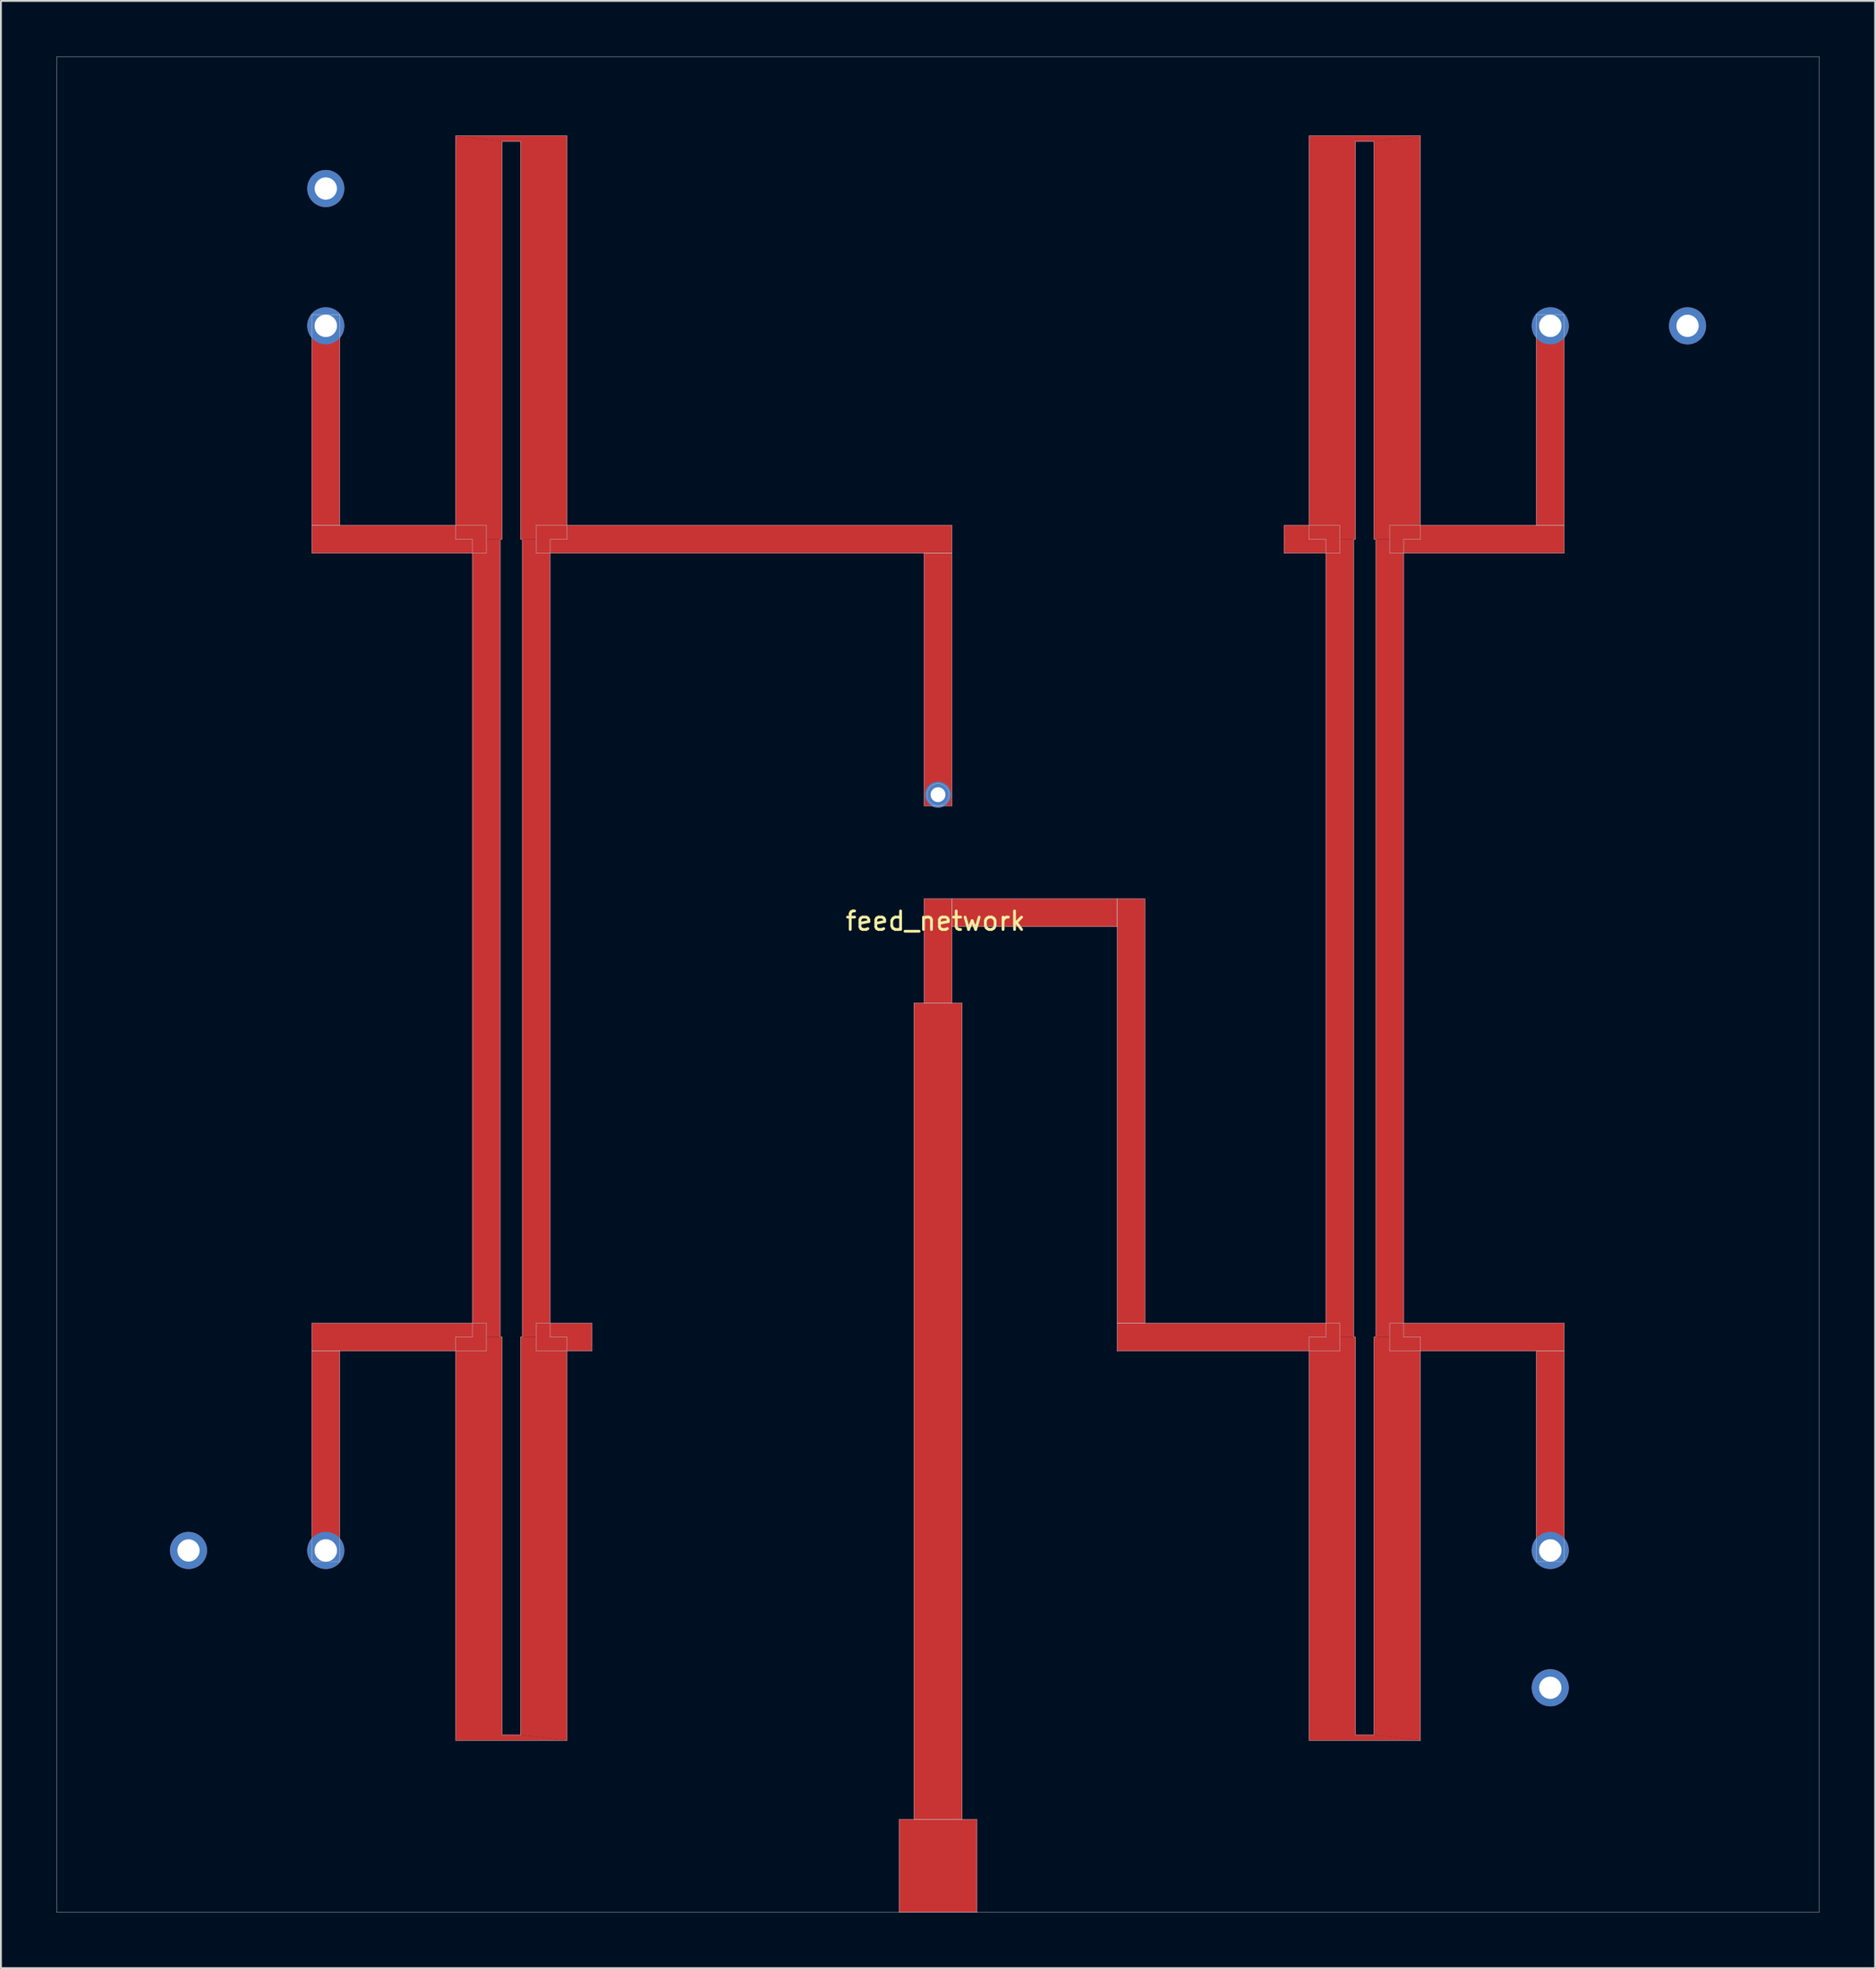
<source format=kicad_pcb>
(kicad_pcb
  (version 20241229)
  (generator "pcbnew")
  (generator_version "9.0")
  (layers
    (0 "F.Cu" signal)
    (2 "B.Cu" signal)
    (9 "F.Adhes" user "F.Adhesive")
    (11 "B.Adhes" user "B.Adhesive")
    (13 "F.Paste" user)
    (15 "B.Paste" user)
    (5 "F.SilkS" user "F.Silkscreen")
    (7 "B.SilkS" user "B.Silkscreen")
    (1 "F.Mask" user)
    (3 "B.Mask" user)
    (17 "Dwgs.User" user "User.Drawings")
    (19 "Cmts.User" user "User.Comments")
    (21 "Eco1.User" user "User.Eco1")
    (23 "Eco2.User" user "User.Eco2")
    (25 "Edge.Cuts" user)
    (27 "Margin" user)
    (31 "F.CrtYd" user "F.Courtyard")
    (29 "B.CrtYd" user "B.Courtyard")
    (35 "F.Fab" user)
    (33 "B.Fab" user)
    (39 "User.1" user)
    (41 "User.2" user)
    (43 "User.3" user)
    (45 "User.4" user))
  (footprint "feed_network"
    (layer "F.Cu")
    (at 47.372 46.088)
    (property "Reference" "feed_network" (at 0 0.5 0) (layer "F.SilkS") (effects (font (size 1 1) (thickness 0.15))))
    (attr through_hole)
    (fp_poly (pts (xy -23.462 22.922) (xy -24.962 22.922) (xy -24.962 -20.078) (xy -23.462 -20.078)) (stroke (width 0.01) (type solid)) (fill yes) (layer "F.Cu"))
    (fp_poly (pts (xy -23.362 -41.514) (xy -23.362 -20.078) (xy -25.862 -20.078) (xy -25.862 -41.814)) (stroke (width 0.01) (type solid)) (fill yes) (layer "F.Cu"))
    (fp_poly (pts (xy -20.762 22.922) (xy -22.262 22.922) (xy -22.262 -20.078) (xy -20.762 -20.078)) (stroke (width 0.01) (type solid)) (fill yes) (layer "F.Cu"))
    (fp_poly (pts (xy -19.862 44.658) (xy -22.362 44.358) (xy -22.362 22.922) (xy -19.862 22.922)) (stroke (width 0.01) (type solid)) (fill yes) (layer "F.Cu"))
    (fp_poly (pts (xy -18.512 23.672) (xy -21.512 23.672) (xy -21.512 22.172) (xy -18.512 22.172)) (stroke (width 0.01) (type solid)) (fill yes) (layer "F.Cu"))
    (fp_poly (pts (xy 21.788 -19.328) (xy 18.788 -19.328) (xy 18.788 -20.828) (xy 21.788 -20.828)) (stroke (width 0.01) (type solid)) (fill yes) (layer "F.Cu"))
    (fp_poly (pts (xy 22.538 22.922) (xy 21.038 22.922) (xy 21.038 -20.078) (xy 22.538 -20.078)) (stroke (width 0.01) (type solid)) (fill yes) (layer "F.Cu"))
    (fp_poly (pts (xy 25.238 22.922) (xy 23.738 22.922) (xy 23.738 -20.078) (xy 25.238 -20.078)) (stroke (width 0.01) (type solid)) (fill yes) (layer "F.Cu"))
    (fp_poly (pts (xy 26.138 -20.078) (xy 23.638 -20.078) (xy 23.638 -41.514) (xy 26.138 -41.814)) (stroke (width 0.01) (type solid)) (fill yes) (layer "F.Cu"))
    (fp_poly (pts (xy 26.138 44.658) (xy 23.638 44.358) (xy 23.638 22.922) (xy 26.138 22.922)) (stroke (width 0.01) (type solid)) (fill yes) (layer "F.Cu"))
    (fp_poly (pts (xy -32.112 -20.828) (xy -24.212 -20.828) (xy -24.212 -19.328) (xy -33.612 -19.328) (xy -33.612 -32.178) (xy -32.112 -32.178)) (stroke (width 0.01) (type solid)) (fill yes) (layer "F.Cu"))
    (fp_poly (pts (xy -24.212 23.672) (xy -32.112 23.672) (xy -32.112 35.022) (xy -33.612 35.022) (xy -33.612 22.172) (xy -24.212 22.172)) (stroke (width 0.01) (type solid)) (fill yes) (layer "F.Cu"))
    (fp_poly (pts (xy -23.362 44.358) (xy -22.362 44.358) (xy -19.862 44.658) (xy -25.862 44.658) (xy -25.862 22.922) (xy -23.362 22.922)) (stroke (width 0.01) (type solid)) (fill yes) (layer "F.Cu"))
    (fp_poly (pts (xy -19.862 -20.078) (xy -22.362 -20.078) (xy -22.362 -41.514) (xy -23.362 -41.514) (xy -25.862 -41.814) (xy -19.862 -41.814)) (stroke (width 0.01) (type solid)) (fill yes) (layer "F.Cu"))
    (fp_poly (pts (xy 0.888 -5.71) (xy -0.612 -5.71) (xy -0.612 -19.328) (xy -21.512 -19.328) (xy -21.512 -20.828) (xy 0.888 -20.828)) (stroke (width 0.01) (type solid)) (fill yes) (layer "F.Cu"))
    (fp_poly (pts (xy 22.638 44.358) (xy 23.638 44.358) (xy 26.138 44.658) (xy 20.138 44.658) (xy 20.138 22.922) (xy 22.638 22.922)) (stroke (width 0.01) (type solid)) (fill yes) (layer "F.Cu"))
    (fp_poly (pts (xy 23.638 -41.514) (xy 22.638 -41.514) (xy 22.638 -20.078) (xy 20.138 -20.078) (xy 20.138 -41.814) (xy 26.138 -41.814)) (stroke (width 0.01) (type solid)) (fill yes) (layer "F.Cu"))
    (fp_poly (pts (xy 33.888 -19.328) (xy 24.488 -19.328) (xy 24.488 -20.828) (xy 32.388 -20.828) (xy 32.388 -32.178) (xy 33.888 -32.178)) (stroke (width 0.01) (type solid)) (fill yes) (layer "F.Cu"))
    (fp_poly (pts (xy 33.888 35.022) (xy 32.388 35.022) (xy 32.388 23.672) (xy 24.488 23.672) (xy 24.488 22.172) (xy 33.888 22.172)) (stroke (width 0.01) (type solid)) (fill yes) (layer "F.Cu"))
    (fp_poly (pts (xy 1.438 48.922) (xy 2.238 48.922) (xy 2.238 53.922) (xy -1.962 53.922) (xy -1.962 48.922) (xy -1.162 48.922) (xy -1.162 4.922) (xy 1.438 4.922)) (stroke (width 0.01) (type solid)) (fill yes) (layer "F.Cu"))
    (fp_poly (pts (xy 11.288 22.172) (xy 21.788 22.172) (xy 21.788 23.672) (xy 9.788 23.672) (xy 9.788 0.806) (xy 0.888 0.806) (xy 0.888 4.922) (xy -0.612 4.922) (xy -0.612 -0.694) (xy 11.288 -0.694)) (stroke (width 0.01) (type solid)) (fill yes) (layer "F.Cu"))
    (fp_line (start -47.362 -46.078) (end -47.362 53.922) (stroke (width 0.02) (type solid)) (layer "Dwgs.User"))
    (fp_line (start -47.362 53.922) (end 47.638 53.922) (stroke (width 0.02) (type solid)) (layer "Dwgs.User"))
    (fp_line (start -33.612 -32.178) (end -33.612 -20.828) (stroke (width 0.02) (type solid)) (layer "Dwgs.User"))
    (fp_line (start -33.612 -20.828) (end -33.612 -19.328) (stroke (width 0.02) (type solid)) (layer "Dwgs.User"))
    (fp_line (start -33.612 -20.828) (end -32.112 -20.828) (stroke (width 0.02) (type solid)) (layer "Dwgs.User"))
    (fp_line (start -33.612 -19.328) (end -24.212 -19.328) (stroke (width 0.02) (type solid)) (layer "Dwgs.User"))
    (fp_line (start -33.612 22.172) (end -33.612 23.672) (stroke (width 0.02) (type solid)) (layer "Dwgs.User"))
    (fp_line (start -33.612 23.672) (end -33.612 35.022) (stroke (width 0.02) (type solid)) (layer "Dwgs.User"))
    (fp_line (start -33.612 23.672) (end -24.212 23.672) (stroke (width 0.02) (type solid)) (layer "Dwgs.User"))
    (fp_line (start -33.612 35.022) (end -32.112 35.022) (stroke (width 0.02) (type solid)) (layer "Dwgs.User"))
    (fp_line (start -32.112 -32.178) (end -33.612 -32.178) (stroke (width 0.02) (type solid)) (layer "Dwgs.User"))
    (fp_line (start -32.112 -20.828) (end -32.112 -32.178) (stroke (width 0.02) (type solid)) (layer "Dwgs.User"))
    (fp_line (start -32.112 23.672) (end -33.612 23.672) (stroke (width 0.02) (type solid)) (layer "Dwgs.User"))
    (fp_line (start -32.112 35.022) (end -32.112 23.672) (stroke (width 0.02) (type solid)) (layer "Dwgs.User"))
    (fp_line (start -25.862 -41.814) (end -25.862 -20.078) (stroke (width 0.02) (type solid)) (layer "Dwgs.User"))
    (fp_line (start -25.862 -20.078) (end -24.962 -20.078) (stroke (width 0.02) (type solid)) (layer "Dwgs.User"))
    (fp_line (start -25.862 22.922) (end -25.862 44.658) (stroke (width 0.02) (type solid)) (layer "Dwgs.User"))
    (fp_line (start -25.862 44.658) (end -19.862 44.658) (stroke (width 0.02) (type solid)) (layer "Dwgs.User"))
    (fp_line (start -24.962 -20.078) (end -24.962 22.922) (stroke (width 0.02) (type solid)) (layer "Dwgs.User"))
    (fp_line (start -24.962 22.922) (end -25.862 22.922) (stroke (width 0.02) (type solid)) (layer "Dwgs.User"))
    (fp_line (start -24.212 -20.828) (end -33.612 -20.828) (stroke (width 0.02) (type solid)) (layer "Dwgs.User"))
    (fp_line (start -24.212 -19.328) (end -24.212 -20.828) (stroke (width 0.02) (type solid)) (layer "Dwgs.User"))
    (fp_line (start -24.212 22.172) (end -33.612 22.172) (stroke (width 0.02) (type solid)) (layer "Dwgs.User"))
    (fp_line (start -24.212 23.672) (end -24.212 22.172) (stroke (width 0.02) (type solid)) (layer "Dwgs.User"))
    (fp_line (start -23.462 -20.078) (end -23.362 -20.078) (stroke (width 0.02) (type solid)) (layer "Dwgs.User"))
    (fp_line (start -23.462 22.922) (end -23.462 -20.078) (stroke (width 0.02) (type solid)) (layer "Dwgs.User"))
    (fp_line (start -23.362 -41.514) (end -22.362 -41.514) (stroke (width 0.02) (type solid)) (layer "Dwgs.User"))
    (fp_line (start -23.362 -20.078) (end -23.362 -41.514) (stroke (width 0.02) (type solid)) (layer "Dwgs.User"))
    (fp_line (start -23.362 22.922) (end -23.462 22.922) (stroke (width 0.02) (type solid)) (layer "Dwgs.User"))
    (fp_line (start -23.362 44.358) (end -23.362 22.922) (stroke (width 0.02) (type solid)) (layer "Dwgs.User"))
    (fp_line (start -22.362 -41.514) (end -22.362 -20.078) (stroke (width 0.02) (type solid)) (layer "Dwgs.User"))
    (fp_line (start -22.362 -20.078) (end -22.262 -20.078) (stroke (width 0.02) (type solid)) (layer "Dwgs.User"))
    (fp_line (start -22.362 22.922) (end -22.362 44.358) (stroke (width 0.02) (type solid)) (layer "Dwgs.User"))
    (fp_line (start -22.362 44.358) (end -23.362 44.358) (stroke (width 0.02) (type solid)) (layer "Dwgs.User"))
    (fp_line (start -22.262 -20.078) (end -22.262 22.922) (stroke (width 0.02) (type solid)) (layer "Dwgs.User"))
    (fp_line (start -22.262 22.922) (end -22.362 22.922) (stroke (width 0.02) (type solid)) (layer "Dwgs.User"))
    (fp_line (start -21.512 -20.828) (end -21.512 -19.328) (stroke (width 0.02) (type solid)) (layer "Dwgs.User"))
    (fp_line (start -21.512 -19.328) (end 0.888 -19.328) (stroke (width 0.02) (type solid)) (layer "Dwgs.User"))
    (fp_line (start -21.512 22.172) (end -21.512 23.672) (stroke (width 0.02) (type solid)) (layer "Dwgs.User"))
    (fp_line (start -21.512 23.672) (end -18.512 23.672) (stroke (width 0.02) (type solid)) (layer "Dwgs.User"))
    (fp_line (start -20.762 -20.078) (end -19.862 -20.078) (stroke (width 0.02) (type solid)) (layer "Dwgs.User"))
    (fp_line (start -20.762 22.922) (end -20.762 -20.078) (stroke (width 0.02) (type solid)) (layer "Dwgs.User"))
    (fp_line (start -19.862 -41.814) (end -25.862 -41.814) (stroke (width 0.02) (type solid)) (layer "Dwgs.User"))
    (fp_line (start -19.862 -20.078) (end -19.862 -41.814) (stroke (width 0.02) (type solid)) (layer "Dwgs.User"))
    (fp_line (start -19.862 22.922) (end -20.762 22.922) (stroke (width 0.02) (type solid)) (layer "Dwgs.User"))
    (fp_line (start -19.862 44.658) (end -19.862 22.922) (stroke (width 0.02) (type solid)) (layer "Dwgs.User"))
    (fp_line (start -18.512 22.172) (end -21.512 22.172) (stroke (width 0.02) (type solid)) (layer "Dwgs.User"))
    (fp_line (start -18.512 23.672) (end -18.512 22.172) (stroke (width 0.02) (type solid)) (layer "Dwgs.User"))
    (fp_line (start -1.962 48.922) (end -1.962 53.922) (stroke (width 0.02) (type solid)) (layer "Dwgs.User"))
    (fp_line (start -1.962 53.922) (end 2.238 53.922) (stroke (width 0.02) (type solid)) (layer "Dwgs.User"))
    (fp_line (start -1.162 4.922) (end -1.162 48.922) (stroke (width 0.02) (type solid)) (layer "Dwgs.User"))
    (fp_line (start -1.162 48.922) (end 1.438 48.922) (stroke (width 0.02) (type solid)) (layer "Dwgs.User"))
    (fp_line (start -0.612 -19.328) (end -0.612 -5.71) (stroke (width 0.02) (type solid)) (layer "Dwgs.User"))
    (fp_line (start -0.612 -5.71) (end 0.888 -5.71) (stroke (width 0.02) (type solid)) (layer "Dwgs.User"))
    (fp_line (start -0.612 -0.694) (end -0.612 4.922) (stroke (width 0.02) (type solid)) (layer "Dwgs.User"))
    (fp_line (start -0.612 4.922) (end 0.888 4.922) (stroke (width 0.02) (type solid)) (layer "Dwgs.User"))
    (fp_line (start 0.888 -20.828) (end -21.512 -20.828) (stroke (width 0.02) (type solid)) (layer "Dwgs.User"))
    (fp_line (start 0.888 -19.328) (end -0.612 -19.328) (stroke (width 0.02) (type solid)) (layer "Dwgs.User"))
    (fp_line (start 0.888 -19.328) (end 0.888 -20.828) (stroke (width 0.02) (type solid)) (layer "Dwgs.User"))
    (fp_line (start 0.888 -5.71) (end 0.888 -19.328) (stroke (width 0.02) (type solid)) (layer "Dwgs.User"))
    (fp_line (start 0.888 -0.694) (end -0.612 -0.694) (stroke (width 0.02) (type solid)) (layer "Dwgs.User"))
    (fp_line (start 0.888 -0.694) (end 0.888 0.806) (stroke (width 0.02) (type solid)) (layer "Dwgs.User"))
    (fp_line (start 0.888 0.806) (end 9.788 0.806) (stroke (width 0.02) (type solid)) (layer "Dwgs.User"))
    (fp_line (start 0.888 4.922) (end 0.888 -0.694) (stroke (width 0.02) (type solid)) (layer "Dwgs.User"))
    (fp_line (start 1.438 4.922) (end -1.162 4.922) (stroke (width 0.02) (type solid)) (layer "Dwgs.User"))
    (fp_line (start 1.438 48.922) (end 1.438 4.922) (stroke (width 0.02) (type solid)) (layer "Dwgs.User"))
    (fp_line (start 2.238 48.922) (end -1.962 48.922) (stroke (width 0.02) (type solid)) (layer "Dwgs.User"))
    (fp_line (start 2.238 53.922) (end 2.238 48.922) (stroke (width 0.02) (type solid)) (layer "Dwgs.User"))
    (fp_line (start 9.788 -0.694) (end 0.888 -0.694) (stroke (width 0.02) (type solid)) (layer "Dwgs.User"))
    (fp_line (start 9.788 -0.694) (end 9.788 22.172) (stroke (width 0.02) (type solid)) (layer "Dwgs.User"))
    (fp_line (start 9.788 0.806) (end 9.788 -0.694) (stroke (width 0.02) (type solid)) (layer "Dwgs.User"))
    (fp_line (start 9.788 22.172) (end 9.788 23.672) (stroke (width 0.02) (type solid)) (layer "Dwgs.User"))
    (fp_line (start 9.788 22.172) (end 11.288 22.172) (stroke (width 0.02) (type solid)) (layer "Dwgs.User"))
    (fp_line (start 9.788 23.672) (end 21.788 23.672) (stroke (width 0.02) (type solid)) (layer "Dwgs.User"))
    (fp_line (start 11.288 -0.694) (end 9.788 -0.694) (stroke (width 0.02) (type solid)) (layer "Dwgs.User"))
    (fp_line (start 11.288 22.172) (end 11.288 -0.694) (stroke (width 0.02) (type solid)) (layer "Dwgs.User"))
    (fp_line (start 18.788 -20.828) (end 18.788 -19.328) (stroke (width 0.02) (type solid)) (layer "Dwgs.User"))
    (fp_line (start 18.788 -19.328) (end 21.788 -19.328) (stroke (width 0.02) (type solid)) (layer "Dwgs.User"))
    (fp_line (start 20.138 -41.814) (end 20.138 -20.078) (stroke (width 0.02) (type solid)) (layer "Dwgs.User"))
    (fp_line (start 20.138 -20.078) (end 21.038 -20.078) (stroke (width 0.02) (type solid)) (layer "Dwgs.User"))
    (fp_line (start 20.138 22.922) (end 20.138 44.658) (stroke (width 0.02) (type solid)) (layer "Dwgs.User"))
    (fp_line (start 20.138 44.658) (end 26.138 44.658) (stroke (width 0.02) (type solid)) (layer "Dwgs.User"))
    (fp_line (start 21.038 -20.078) (end 21.038 22.922) (stroke (width 0.02) (type solid)) (layer "Dwgs.User"))
    (fp_line (start 21.038 22.922) (end 20.138 22.922) (stroke (width 0.02) (type solid)) (layer "Dwgs.User"))
    (fp_line (start 21.788 -20.828) (end 18.788 -20.828) (stroke (width 0.02) (type solid)) (layer "Dwgs.User"))
    (fp_line (start 21.788 -19.328) (end 21.788 -20.828) (stroke (width 0.02) (type solid)) (layer "Dwgs.User"))
    (fp_line (start 21.788 22.172) (end 9.788 22.172) (stroke (width 0.02) (type solid)) (layer "Dwgs.User"))
    (fp_line (start 21.788 23.672) (end 21.788 22.172) (stroke (width 0.02) (type solid)) (layer "Dwgs.User"))
    (fp_line (start 22.538 -20.078) (end 22.638 -20.078) (stroke (width 0.02) (type solid)) (layer "Dwgs.User"))
    (fp_line (start 22.538 22.922) (end 22.538 -20.078) (stroke (width 0.02) (type solid)) (layer "Dwgs.User"))
    (fp_line (start 22.638 -41.514) (end 23.638 -41.514) (stroke (width 0.02) (type solid)) (layer "Dwgs.User"))
    (fp_line (start 22.638 -20.078) (end 22.638 -41.514) (stroke (width 0.02) (type solid)) (layer "Dwgs.User"))
    (fp_line (start 22.638 22.922) (end 22.538 22.922) (stroke (width 0.02) (type solid)) (layer "Dwgs.User"))
    (fp_line (start 22.638 44.358) (end 22.638 22.922) (stroke (width 0.02) (type solid)) (layer "Dwgs.User"))
    (fp_line (start 23.638 -41.514) (end 23.638 -20.078) (stroke (width 0.02) (type solid)) (layer "Dwgs.User"))
    (fp_line (start 23.638 -20.078) (end 23.738 -20.078) (stroke (width 0.02) (type solid)) (layer "Dwgs.User"))
    (fp_line (start 23.638 22.922) (end 23.638 44.358) (stroke (width 0.02) (type solid)) (layer "Dwgs.User"))
    (fp_line (start 23.638 44.358) (end 22.638 44.358) (stroke (width 0.02) (type solid)) (layer "Dwgs.User"))
    (fp_line (start 23.738 -20.078) (end 23.738 22.922) (stroke (width 0.02) (type solid)) (layer "Dwgs.User"))
    (fp_line (start 23.738 22.922) (end 23.638 22.922) (stroke (width 0.02) (type solid)) (layer "Dwgs.User"))
    (fp_line (start 24.488 -20.828) (end 24.488 -19.328) (stroke (width 0.02) (type solid)) (layer "Dwgs.User"))
    (fp_line (start 24.488 -19.328) (end 33.888 -19.328) (stroke (width 0.02) (type solid)) (layer "Dwgs.User"))
    (fp_line (start 24.488 22.172) (end 24.488 23.672) (stroke (width 0.02) (type solid)) (layer "Dwgs.User"))
    (fp_line (start 24.488 23.672) (end 33.888 23.672) (stroke (width 0.02) (type solid)) (layer "Dwgs.User"))
    (fp_line (start 25.238 -20.078) (end 26.138 -20.078) (stroke (width 0.02) (type solid)) (layer "Dwgs.User"))
    (fp_line (start 25.238 22.922) (end 25.238 -20.078) (stroke (width 0.02) (type solid)) (layer "Dwgs.User"))
    (fp_line (start 26.138 -41.814) (end 20.138 -41.814) (stroke (width 0.02) (type solid)) (layer "Dwgs.User"))
    (fp_line (start 26.138 -20.078) (end 26.138 -41.814) (stroke (width 0.02) (type solid)) (layer "Dwgs.User"))
    (fp_line (start 26.138 22.922) (end 25.238 22.922) (stroke (width 0.02) (type solid)) (layer "Dwgs.User"))
    (fp_line (start 26.138 44.658) (end 26.138 22.922) (stroke (width 0.02) (type solid)) (layer "Dwgs.User"))
    (fp_line (start 32.388 -32.178) (end 32.388 -20.828) (stroke (width 0.02) (type solid)) (layer "Dwgs.User"))
    (fp_line (start 32.388 -20.828) (end 33.888 -20.828) (stroke (width 0.02) (type solid)) (layer "Dwgs.User"))
    (fp_line (start 32.388 23.672) (end 32.388 35.022) (stroke (width 0.02) (type solid)) (layer "Dwgs.User"))
    (fp_line (start 32.388 35.022) (end 33.888 35.022) (stroke (width 0.02) (type solid)) (layer "Dwgs.User"))
    (fp_line (start 33.888 -32.178) (end 32.388 -32.178) (stroke (width 0.02) (type solid)) (layer "Dwgs.User"))
    (fp_line (start 33.888 -20.828) (end 24.488 -20.828) (stroke (width 0.02) (type solid)) (layer "Dwgs.User"))
    (fp_line (start 33.888 -20.828) (end 33.888 -32.178) (stroke (width 0.02) (type solid)) (layer "Dwgs.User"))
    (fp_line (start 33.888 -19.328) (end 33.888 -20.828) (stroke (width 0.02) (type solid)) (layer "Dwgs.User"))
    (fp_line (start 33.888 22.172) (end 24.488 22.172) (stroke (width 0.02) (type solid)) (layer "Dwgs.User"))
    (fp_line (start 33.888 23.672) (end 32.388 23.672) (stroke (width 0.02) (type solid)) (layer "Dwgs.User"))
    (fp_line (start 33.888 23.672) (end 33.888 22.172) (stroke (width 0.02) (type solid)) (layer "Dwgs.User"))
    (fp_line (start 33.888 35.022) (end 33.888 23.672) (stroke (width 0.02) (type solid)) (layer "Dwgs.User"))
    (fp_line (start 47.638 -46.078) (end -47.362 -46.078) (stroke (width 0.02) (type solid)) (layer "Dwgs.User"))
    (fp_line (start 47.638 53.922) (end 47.638 -46.078) (stroke (width 0.02) (type solid)) (layer "Dwgs.User"))
    (fp_circle (center -32.862 -31.578) (end -32.262 -31.578) (stroke (width 0.02) (type solid)) (fill no) (layer "Dwgs.User"))
    (fp_circle (center -32.862 34.422) (end -32.262 34.422) (stroke (width 0.02) (type solid)) (fill no) (layer "Dwgs.User"))
    (fp_circle (center 0.138 -6.31) (end 0.738 -6.31) (stroke (width 0.02) (type solid)) (fill no) (layer "Dwgs.User"))
    (fp_circle (center 33.138 -31.578) (end 33.738 -31.578) (stroke (width 0.02) (type solid)) (fill no) (layer "Dwgs.User"))
    (fp_circle (center 33.138 34.422) (end 33.738 34.422) (stroke (width 0.02) (type solid)) (fill no) (layer "Dwgs.User"))
    (pad "1" smd rect (at 0.138 53.126) (size 1.524 1.524) (layers "F.Cu" "F.Mask" "F.Paste"))
    (pad "2" smd rect (at -18.76 22.906) (size 0.5 1) (layers "F.Cu" "F.Mask" "F.Paste"))
    (pad "3" smd rect (at 19.05 -20.066) (size 0.5 1) (layers "F.Cu" "F.Mask" "F.Paste"))
    (pad "4" thru_hole circle (at -32.862 -31.578) (size 2 2) (drill 1.2) (layers "*.Cu" "*.Mask"))
    (pad "5" thru_hole circle (at 33.138 -31.578) (size 2 2) (drill 1.2) (layers "*.Cu" "*.Mask"))
    (pad "6" thru_hole circle (at 33.138 34.422) (size 2 2) (drill 1.2) (layers "*.Cu" "*.Mask"))
    (pad "7" thru_hole circle (at -32.862 34.422) (size 2 2) (drill 1.2) (layers "*.Cu" "*.Mask"))
    (pad "8" thru_hole circle (at 0.138 -6.31) (size 1.4 1.4) (drill 0.8) (layers "*.Cu" "*.Mask"))
    (pad "9" thru_hole circle (at -32.862 -38.978) (size 2 2) (drill 1.2) (layers "*.Cu" "*.Mask"))
    (pad "10" thru_hole oval (at 40.538 -31.578) (size 2 2) (drill 1.2) (layers "*.Cu" "*.Mask"))
    (pad "11" thru_hole circle (at 33.138 41.822) (size 2 2) (drill 1.2) (layers "*.Cu" "*.Mask"))
    (pad "12" thru_hole circle (at -40.262 34.422) (size 2 2) (drill 1.2) (layers "*.Cu" "*.Mask")))
  (gr_rect
    (start -3 -3)
    (end 98.02 103.02)
    (stroke (width 0.1) (type default))
    (fill no)
    (layer "Edge.Cuts")))
</source>
